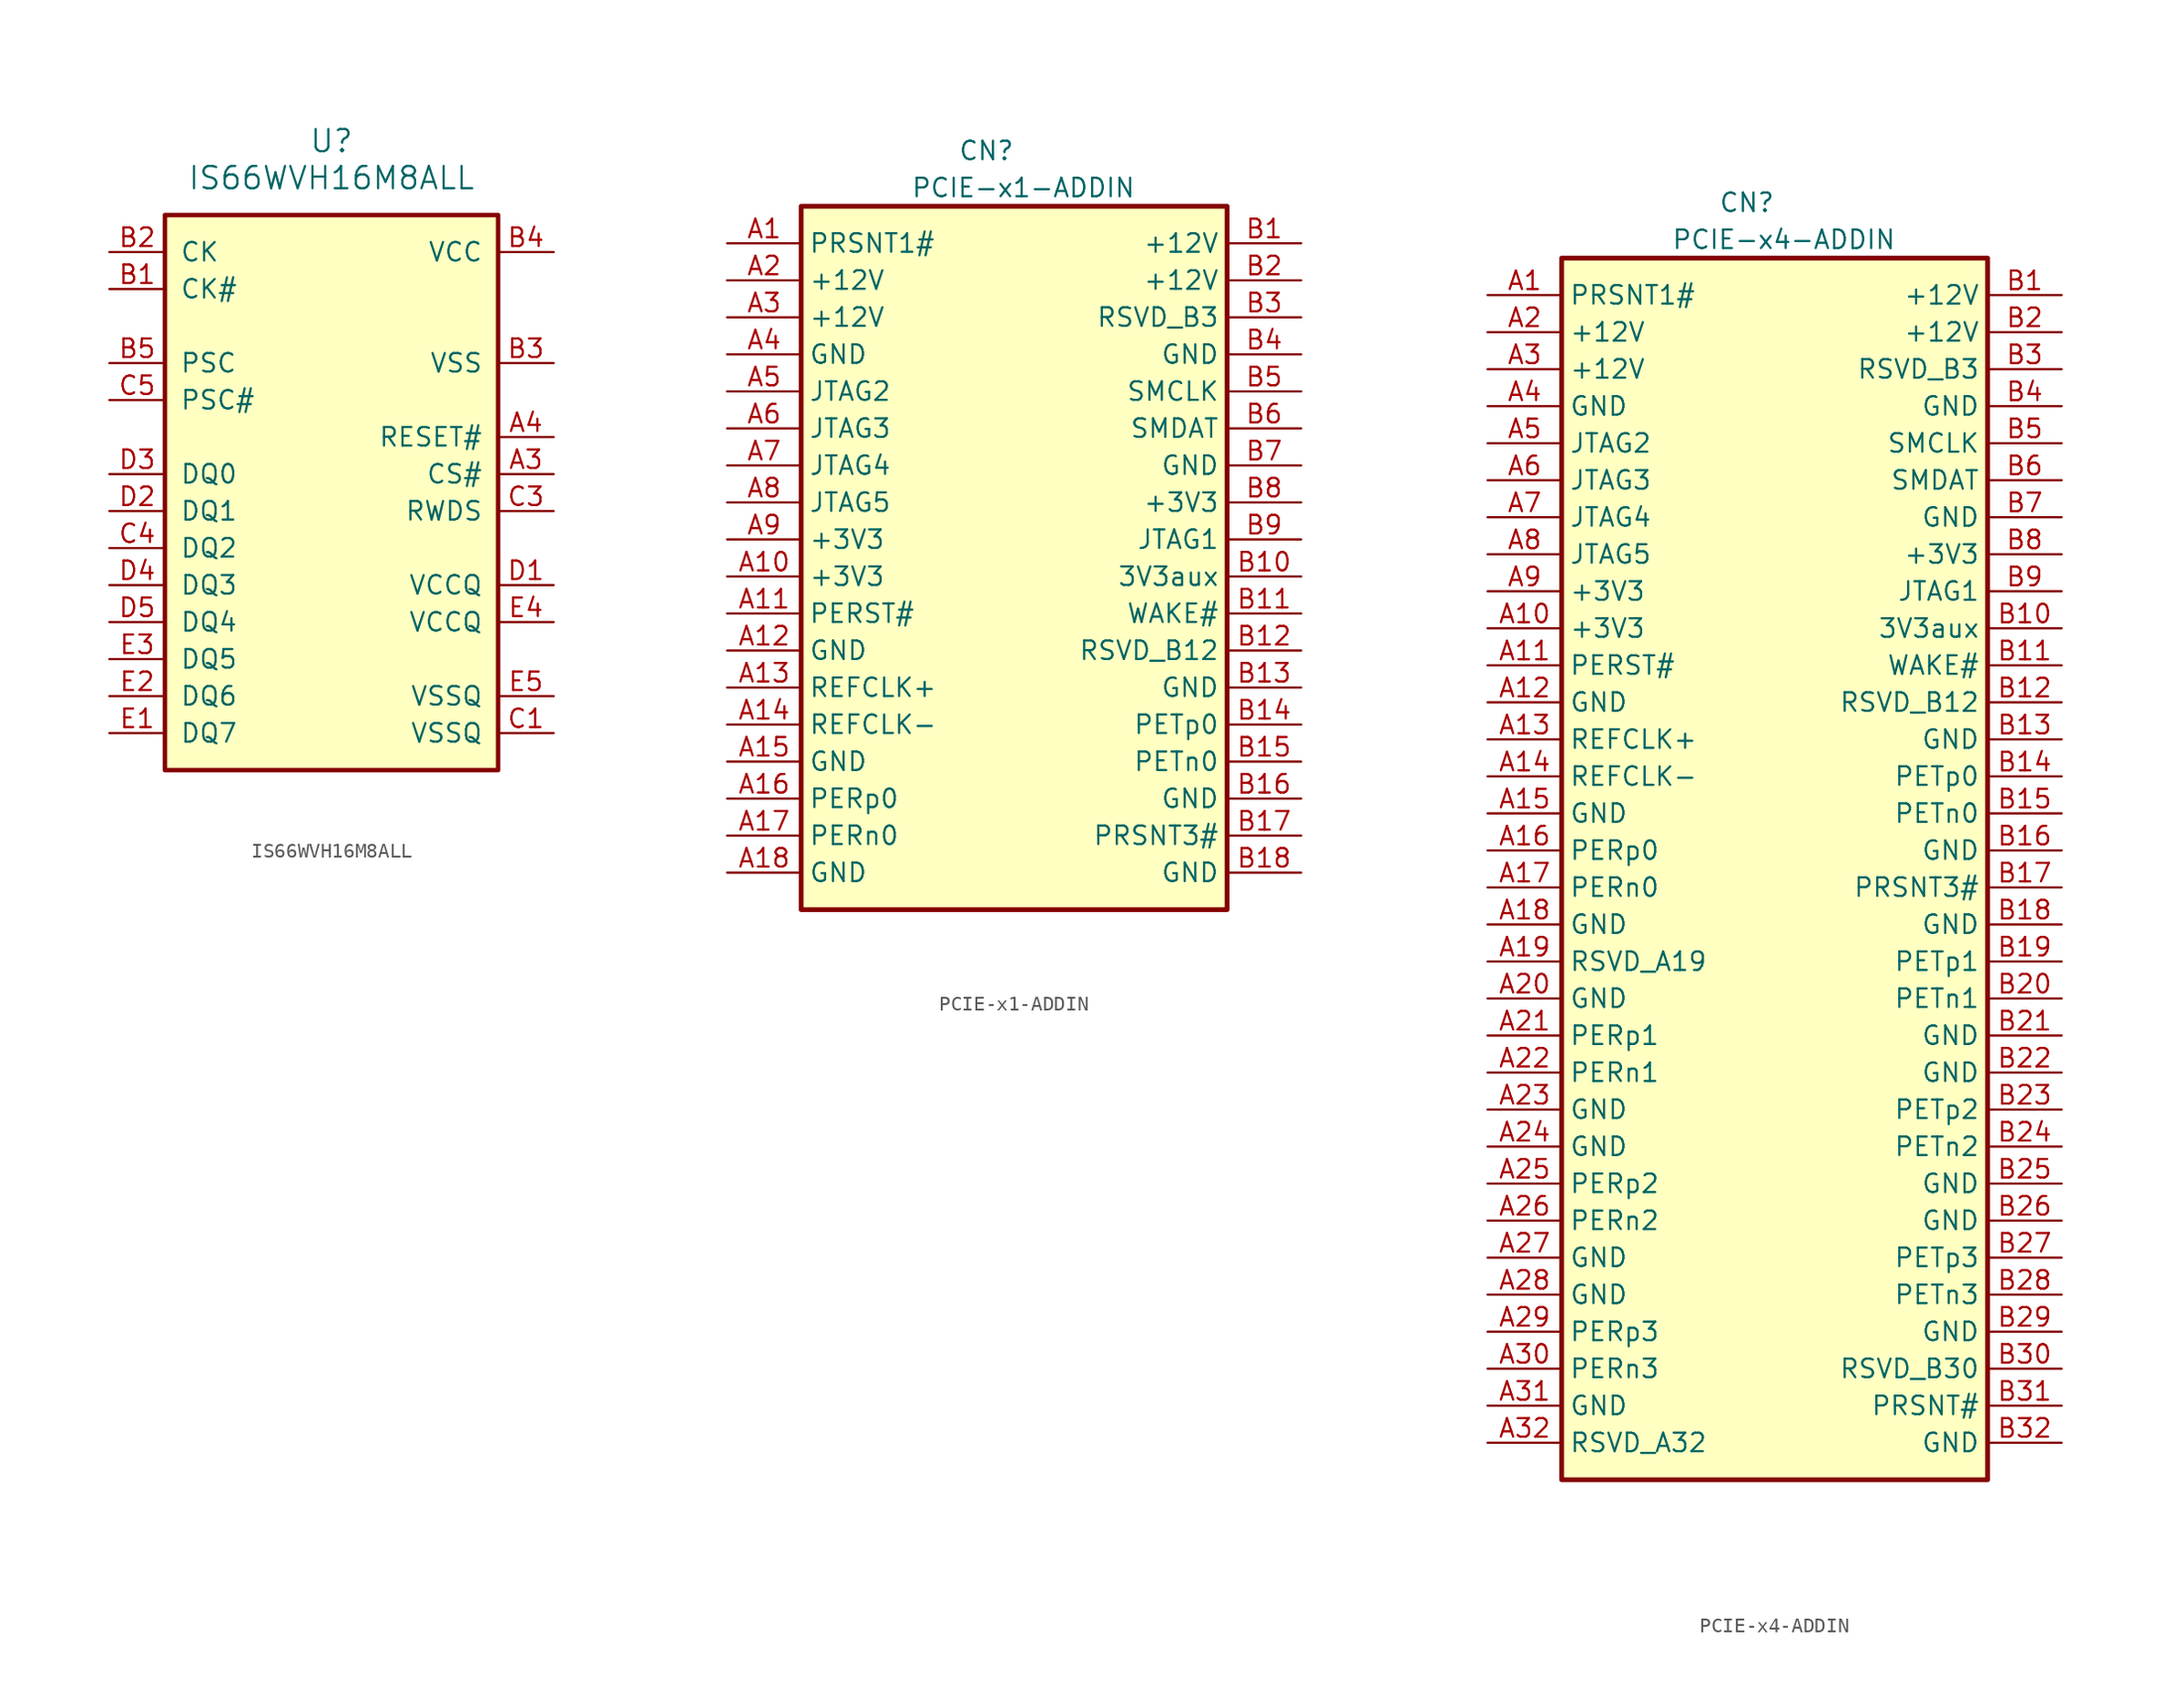
<source format=kicad_sym>
(kicad_symbol_lib
  (version 20201005)
  (generator kicad_symbol_editor)
  (symbol "gsd-kicad:IS66WVH16M8ALL"
    (pin_names
      (offset 1.016))
    (property "Reference" "U"
      (at 0 24.13 0)
      (effects (font (size 1.524 1.524))))
    (property "Value" "IS66WVH16M8ALL"
      (at 0 21.59 0)
      (effects (font (size 1.524 1.524))))
    (symbol "IS66WVH16M8ALL_1_0"
      (rectangle (start -11.43 19.05) (end 11.43 -19.05) (stroke (width 0.305)) (fill (type background))))
    (symbol "IS66WVH16M8ALL_1_1"
      (pin input line (at 15.24 1.27 180) (length 3.81) (name "CS#" (effects (font (size 1.27 1.27)))) (number "A3" (effects (font (size 1.27 1.27)))))
      (pin input line (at 15.24 3.81 180) (length 3.81) (name "RESET#" (effects (font (size 1.27 1.27)))) (number "A4" (effects (font (size 1.27 1.27)))))
      (pin input line (at -15.24 13.97 0) (length 3.81) (name "CK#" (effects (font (size 1.27 1.27)))) (number "B1" (effects (font (size 1.27 1.27)))))
      (pin input line (at -15.24 16.51 0) (length 3.81) (name "CK" (effects (font (size 1.27 1.27)))) (number "B2" (effects (font (size 1.27 1.27)))))
      (pin input line (at 15.24 8.89 180) (length 3.81) (name "VSS" (effects (font (size 1.27 1.27)))) (number "B3" (effects (font (size 1.27 1.27)))))
      (pin input line (at 15.24 16.51 180) (length 3.81) (name "VCC" (effects (font (size 1.27 1.27)))) (number "B4" (effects (font (size 1.27 1.27)))))
      (pin input line (at -15.24 8.89 0) (length 3.81) (name "PSC" (effects (font (size 1.27 1.27)))) (number "B5" (effects (font (size 1.27 1.27)))))
      (pin input line (at 15.24 -16.51 180) (length 3.81) (name "VSSQ" (effects (font (size 1.27 1.27)))) (number "C1" (effects (font (size 1.27 1.27)))))
      (pin input line (at 15.24 -1.27 180) (length 3.81) (name "RWDS" (effects (font (size 1.27 1.27)))) (number "C3" (effects (font (size 1.27 1.27)))))
      (pin input line (at -15.24 -3.81 0) (length 3.81) (name "DQ2" (effects (font (size 1.27 1.27)))) (number "C4" (effects (font (size 1.27 1.27)))))
      (pin input line (at -15.24 6.35 0) (length 3.81) (name "PSC#" (effects (font (size 1.27 1.27)))) (number "C5" (effects (font (size 1.27 1.27)))))
      (pin input line (at 15.24 -6.35 180) (length 3.81) (name "VCCQ" (effects (font (size 1.27 1.27)))) (number "D1" (effects (font (size 1.27 1.27)))))
      (pin input line (at -15.24 -1.27 0) (length 3.81) (name "DQ1" (effects (font (size 1.27 1.27)))) (number "D2" (effects (font (size 1.27 1.27)))))
      (pin input line (at -15.24 1.27 0) (length 3.81) (name "DQ0" (effects (font (size 1.27 1.27)))) (number "D3" (effects (font (size 1.27 1.27)))))
      (pin input line (at -15.24 -6.35 0) (length 3.81) (name "DQ3" (effects (font (size 1.27 1.27)))) (number "D4" (effects (font (size 1.27 1.27)))))
      (pin input line (at -15.24 -8.89 0) (length 3.81) (name "DQ4" (effects (font (size 1.27 1.27)))) (number "D5" (effects (font (size 1.27 1.27)))))
      (pin input line (at -15.24 -16.51 0) (length 3.81) (name "DQ7" (effects (font (size 1.27 1.27)))) (number "E1" (effects (font (size 1.27 1.27)))))
      (pin input line (at -15.24 -13.97 0) (length 3.81) (name "DQ6" (effects (font (size 1.27 1.27)))) (number "E2" (effects (font (size 1.27 1.27)))))
      (pin input line (at -15.24 -11.43 0) (length 3.81) (name "DQ5" (effects (font (size 1.27 1.27)))) (number "E3" (effects (font (size 1.27 1.27)))))
      (pin input line (at 15.24 -8.89 180) (length 3.81) (name "VCCQ" (effects (font (size 1.27 1.27)))) (number "E4" (effects (font (size 1.27 1.27)))))
      (pin input line (at 15.24 -13.97 180) (length 3.81) (name "VSSQ" (effects (font (size 1.27 1.27)))) (number "E5" (effects (font (size 1.27 1.27)))))))
  (symbol "gsd-kicad:PCIE-x1-ADDIN"
    (property "Reference" "CN"
      (at 17.78 6.35 0)
      (effects (font (size 1.27 1.27))))
    (property "Value" "PCIE-x1-ADDIN"
      (at 20.32 3.81 0)
      (effects (font (size 1.27 1.27))))
    (symbol "PCIE-x1-ADDIN_0_1"
      (rectangle (start 5.08 2.54) (end 34.29 -45.72) (stroke (width 0.33)) (fill (type background))))
    (symbol "PCIE-x1-ADDIN_1_1"
      (pin input line (at 0 0 0) (length 5.08) (name "PRSNT1#" (effects (font (size 1.27 1.27)))) (number "A1" (effects (font (size 1.27 1.27)))))
      (pin input line (at 0 -2.54 0) (length 5.08) (name "+12V" (effects (font (size 1.27 1.27)))) (number "A2" (effects (font (size 1.27 1.27)))))
      (pin input line (at 0 -5.08 0) (length 5.08) (name "+12V" (effects (font (size 1.27 1.27)))) (number "A3" (effects (font (size 1.27 1.27)))))
      (pin input line (at 0 -7.62 0) (length 5.08) (name "GND" (effects (font (size 1.27 1.27)))) (number "A4" (effects (font (size 1.27 1.27)))))
      (pin input line (at 0 -10.16 0) (length 5.08) (name "JTAG2" (effects (font (size 1.27 1.27)))) (number "A5" (effects (font (size 1.27 1.27)))))
      (pin input line (at 0 -12.7 0) (length 5.08) (name "JTAG3" (effects (font (size 1.27 1.27)))) (number "A6" (effects (font (size 1.27 1.27)))))
      (pin input line (at 0 -15.24 0) (length 5.08) (name "JTAG4" (effects (font (size 1.27 1.27)))) (number "A7" (effects (font (size 1.27 1.27)))))
      (pin input line (at 0 -17.78 0) (length 5.08) (name "JTAG5" (effects (font (size 1.27 1.27)))) (number "A8" (effects (font (size 1.27 1.27)))))
      (pin input line (at 0 -20.32 0) (length 5.08) (name "+3V3" (effects (font (size 1.27 1.27)))) (number "A9" (effects (font (size 1.27 1.27)))))
      (pin input line (at 0 -22.86 0) (length 5.08) (name "+3V3" (effects (font (size 1.27 1.27)))) (number "A10" (effects (font (size 1.27 1.27)))))
      (pin input line (at 0 -25.4 0) (length 5.08) (name "PERST#" (effects (font (size 1.27 1.27)))) (number "A11" (effects (font (size 1.27 1.27)))))
      (pin input line (at 0 -27.94 0) (length 5.08) (name "GND" (effects (font (size 1.27 1.27)))) (number "A12" (effects (font (size 1.27 1.27)))))
      (pin input line (at 0 -30.48 0) (length 5.08) (name "REFCLK+" (effects (font (size 1.27 1.27)))) (number "A13" (effects (font (size 1.27 1.27)))))
      (pin input line (at 0 -33.02 0) (length 5.08) (name "REFCLK-" (effects (font (size 1.27 1.27)))) (number "A14" (effects (font (size 1.27 1.27)))))
      (pin input line (at 0 -35.56 0) (length 5.08) (name "GND" (effects (font (size 1.27 1.27)))) (number "A15" (effects (font (size 1.27 1.27)))))
      (pin input line (at 0 -38.1 0) (length 5.08) (name "PERp0" (effects (font (size 1.27 1.27)))) (number "A16" (effects (font (size 1.27 1.27)))))
      (pin input line (at 0 -40.64 0) (length 5.08) (name "PERn0" (effects (font (size 1.27 1.27)))) (number "A17" (effects (font (size 1.27 1.27)))))
      (pin input line (at 0 -43.18 0) (length 5.08) (name "GND" (effects (font (size 1.27 1.27)))) (number "A18" (effects (font (size 1.27 1.27)))))
      (pin input line (at 39.37 -22.86 180) (length 5.08) (name "3V3aux" (effects (font (size 1.27 1.27)))) (number "B10" (effects (font (size 1.27 1.27)))))
      (pin input line (at 39.37 -12.7 180) (length 5.08) (name "SMDAT" (effects (font (size 1.27 1.27)))) (number "B6" (effects (font (size 1.27 1.27)))))
      (pin input line (at 39.37 -30.48 180) (length 5.08) (name "GND" (effects (font (size 1.27 1.27)))) (number "B13" (effects (font (size 1.27 1.27)))))
      (pin input line (at 39.37 -27.94 180) (length 5.08) (name "RSVD_B12" (effects (font (size 1.27 1.27)))) (number "B12" (effects (font (size 1.27 1.27)))))
      (pin input line (at 39.37 -7.62 180) (length 5.08) (name "GND" (effects (font (size 1.27 1.27)))) (number "B4" (effects (font (size 1.27 1.27)))))
      (pin input line (at 39.37 -20.32 180) (length 5.08) (name "JTAG1" (effects (font (size 1.27 1.27)))) (number "B9" (effects (font (size 1.27 1.27)))))
      (pin input line (at 39.37 -43.18 180) (length 5.08) (name "GND" (effects (font (size 1.27 1.27)))) (number "B18" (effects (font (size 1.27 1.27)))))
      (pin input line (at 39.37 -2.54 180) (length 5.08) (name "+12V" (effects (font (size 1.27 1.27)))) (number "B2" (effects (font (size 1.27 1.27)))))
      (pin input line (at 39.37 -25.4 180) (length 5.08) (name "WAKE#" (effects (font (size 1.27 1.27)))) (number "B11" (effects (font (size 1.27 1.27)))))
      (pin input line (at 39.37 -35.56 180) (length 5.08) (name "PETn0" (effects (font (size 1.27 1.27)))) (number "B15" (effects (font (size 1.27 1.27)))))
      (pin input line (at 39.37 -33.02 180) (length 5.08) (name "PETp0" (effects (font (size 1.27 1.27)))) (number "B14" (effects (font (size 1.27 1.27)))))
      (pin input line (at 39.37 -40.64 180) (length 5.08) (name "PRSNT3#" (effects (font (size 1.27 1.27)))) (number "B17" (effects (font (size 1.27 1.27)))))
      (pin input line (at 39.37 -10.16 180) (length 5.08) (name "SMCLK" (effects (font (size 1.27 1.27)))) (number "B5" (effects (font (size 1.27 1.27)))))
      (pin input line (at 39.37 -15.24 180) (length 5.08) (name "GND" (effects (font (size 1.27 1.27)))) (number "B7" (effects (font (size 1.27 1.27)))))
      (pin input line (at 39.37 -38.1 180) (length 5.08) (name "GND" (effects (font (size 1.27 1.27)))) (number "B16" (effects (font (size 1.27 1.27)))))
      (pin input line (at 39.37 0 180) (length 5.08) (name "+12V" (effects (font (size 1.27 1.27)))) (number "B1" (effects (font (size 1.27 1.27)))))
      (pin input line (at 39.37 -17.78 180) (length 5.08) (name "+3V3" (effects (font (size 1.27 1.27)))) (number "B8" (effects (font (size 1.27 1.27)))))
      (pin input line (at 39.37 -5.08 180) (length 5.08) (name "RSVD_B3" (effects (font (size 1.27 1.27)))) (number "B3" (effects (font (size 1.27 1.27)))))))
  (symbol "gsd-kicad:PCIE-x4-ADDIN"
    (property "Reference" "CN"
      (at 17.78 6.35 0)
      (effects (font (size 1.27 1.27))))
    (property "Value" "PCIE-x4-ADDIN"
      (at 20.32 3.81 0)
      (effects (font (size 1.27 1.27))))
    (symbol "PCIE-x4-ADDIN_0_1"
      (rectangle (start 5.08 2.54) (end 34.29 -81.28) (stroke (width 0.33)) (fill (type background))))
    (symbol "PCIE-x4-ADDIN_1_1"
      (pin input line (at 0 0 0) (length 5.08) (name "PRSNT1#" (effects (font (size 1.27 1.27)))) (number "A1" (effects (font (size 1.27 1.27)))))
      (pin input line (at 0 -2.54 0) (length 5.08) (name "+12V" (effects (font (size 1.27 1.27)))) (number "A2" (effects (font (size 1.27 1.27)))))
      (pin input line (at 0 -5.08 0) (length 5.08) (name "+12V" (effects (font (size 1.27 1.27)))) (number "A3" (effects (font (size 1.27 1.27)))))
      (pin input line (at 0 -7.62 0) (length 5.08) (name "GND" (effects (font (size 1.27 1.27)))) (number "A4" (effects (font (size 1.27 1.27)))))
      (pin input line (at 0 -10.16 0) (length 5.08) (name "JTAG2" (effects (font (size 1.27 1.27)))) (number "A5" (effects (font (size 1.27 1.27)))))
      (pin input line (at 0 -12.7 0) (length 5.08) (name "JTAG3" (effects (font (size 1.27 1.27)))) (number "A6" (effects (font (size 1.27 1.27)))))
      (pin input line (at 0 -15.24 0) (length 5.08) (name "JTAG4" (effects (font (size 1.27 1.27)))) (number "A7" (effects (font (size 1.27 1.27)))))
      (pin input line (at 0 -17.78 0) (length 5.08) (name "JTAG5" (effects (font (size 1.27 1.27)))) (number "A8" (effects (font (size 1.27 1.27)))))
      (pin input line (at 0 -20.32 0) (length 5.08) (name "+3V3" (effects (font (size 1.27 1.27)))) (number "A9" (effects (font (size 1.27 1.27)))))
      (pin input line (at 0 -22.86 0) (length 5.08) (name "+3V3" (effects (font (size 1.27 1.27)))) (number "A10" (effects (font (size 1.27 1.27)))))
      (pin input line (at 0 -25.4 0) (length 5.08) (name "PERST#" (effects (font (size 1.27 1.27)))) (number "A11" (effects (font (size 1.27 1.27)))))
      (pin input line (at 0 -27.94 0) (length 5.08) (name "GND" (effects (font (size 1.27 1.27)))) (number "A12" (effects (font (size 1.27 1.27)))))
      (pin input line (at 0 -30.48 0) (length 5.08) (name "REFCLK+" (effects (font (size 1.27 1.27)))) (number "A13" (effects (font (size 1.27 1.27)))))
      (pin input line (at 0 -33.02 0) (length 5.08) (name "REFCLK-" (effects (font (size 1.27 1.27)))) (number "A14" (effects (font (size 1.27 1.27)))))
      (pin input line (at 0 -35.56 0) (length 5.08) (name "GND" (effects (font (size 1.27 1.27)))) (number "A15" (effects (font (size 1.27 1.27)))))
      (pin input line (at 0 -38.1 0) (length 5.08) (name "PERp0" (effects (font (size 1.27 1.27)))) (number "A16" (effects (font (size 1.27 1.27)))))
      (pin input line (at 0 -40.64 0) (length 5.08) (name "PERn0" (effects (font (size 1.27 1.27)))) (number "A17" (effects (font (size 1.27 1.27)))))
      (pin input line (at 0 -43.18 0) (length 5.08) (name "GND" (effects (font (size 1.27 1.27)))) (number "A18" (effects (font (size 1.27 1.27)))))
      (pin input line (at 0 -45.72 0) (length 5.08) (name "RSVD_A19" (effects (font (size 1.27 1.27)))) (number "A19" (effects (font (size 1.27 1.27)))))
      (pin input line (at 0 -48.26 0) (length 5.08) (name "GND" (effects (font (size 1.27 1.27)))) (number "A20" (effects (font (size 1.27 1.27)))))
      (pin input line (at 0 -50.8 0) (length 5.08) (name "PERp1" (effects (font (size 1.27 1.27)))) (number "A21" (effects (font (size 1.27 1.27)))))
      (pin input line (at 0 -53.34 0) (length 5.08) (name "PERn1" (effects (font (size 1.27 1.27)))) (number "A22" (effects (font (size 1.27 1.27)))))
      (pin input line (at 0 -55.88 0) (length 5.08) (name "GND" (effects (font (size 1.27 1.27)))) (number "A23" (effects (font (size 1.27 1.27)))))
      (pin input line (at 0 -58.42 0) (length 5.08) (name "GND" (effects (font (size 1.27 1.27)))) (number "A24" (effects (font (size 1.27 1.27)))))
      (pin input line (at 0 -60.96 0) (length 5.08) (name "PERp2" (effects (font (size 1.27 1.27)))) (number "A25" (effects (font (size 1.27 1.27)))))
      (pin input line (at 0 -63.5 0) (length 5.08) (name "PERn2" (effects (font (size 1.27 1.27)))) (number "A26" (effects (font (size 1.27 1.27)))))
      (pin input line (at 0 -66.04 0) (length 5.08) (name "GND" (effects (font (size 1.27 1.27)))) (number "A27" (effects (font (size 1.27 1.27)))))
      (pin input line (at 0 -68.58 0) (length 5.08) (name "GND" (effects (font (size 1.27 1.27)))) (number "A28" (effects (font (size 1.27 1.27)))))
      (pin input line (at 0 -71.12 0) (length 5.08) (name "PERp3" (effects (font (size 1.27 1.27)))) (number "A29" (effects (font (size 1.27 1.27)))))
      (pin input line (at 0 -73.66 0) (length 5.08) (name "PERn3" (effects (font (size 1.27 1.27)))) (number "A30" (effects (font (size 1.27 1.27)))))
      (pin input line (at 0 -76.2 0) (length 5.08) (name "GND" (effects (font (size 1.27 1.27)))) (number "A31" (effects (font (size 1.27 1.27)))))
      (pin input line (at 0 -78.74 0) (length 5.08) (name "RSVD_A32" (effects (font (size 1.27 1.27)))) (number "A32" (effects (font (size 1.27 1.27)))))
      (pin input line (at 39.37 -22.86 180) (length 5.08) (name "3V3aux" (effects (font (size 1.27 1.27)))) (number "B10" (effects (font (size 1.27 1.27)))))
      (pin input line (at 39.37 -12.7 180) (length 5.08) (name "SMDAT" (effects (font (size 1.27 1.27)))) (number "B6" (effects (font (size 1.27 1.27)))))
      (pin input line (at 39.37 -60.96 180) (length 5.08) (name "GND" (effects (font (size 1.27 1.27)))) (number "B25" (effects (font (size 1.27 1.27)))))
      (pin input line (at 39.37 -30.48 180) (length 5.08) (name "GND" (effects (font (size 1.27 1.27)))) (number "B13" (effects (font (size 1.27 1.27)))))
      (pin input line (at 39.37 -27.94 180) (length 5.08) (name "RSVD_B12" (effects (font (size 1.27 1.27)))) (number "B12" (effects (font (size 1.27 1.27)))))
      (pin input line (at 39.37 -7.62 180) (length 5.08) (name "GND" (effects (font (size 1.27 1.27)))) (number "B4" (effects (font (size 1.27 1.27)))))
      (pin input line (at 39.37 -68.58 180) (length 5.08) (name "PETn3" (effects (font (size 1.27 1.27)))) (number "B28" (effects (font (size 1.27 1.27)))))
      (pin input line (at 39.37 -55.88 180) (length 5.08) (name "PETp2" (effects (font (size 1.27 1.27)))) (number "B23" (effects (font (size 1.27 1.27)))))
      (pin input line (at 39.37 -20.32 180) (length 5.08) (name "JTAG1" (effects (font (size 1.27 1.27)))) (number "B9" (effects (font (size 1.27 1.27)))))
      (pin input line (at 39.37 -43.18 180) (length 5.08) (name "GND" (effects (font (size 1.27 1.27)))) (number "B18" (effects (font (size 1.27 1.27)))))
      (pin input line (at 39.37 -73.66 180) (length 5.08) (name "RSVD_B30" (effects (font (size 1.27 1.27)))) (number "B30" (effects (font (size 1.27 1.27)))))
      (pin input line (at 39.37 -63.5 180) (length 5.08) (name "GND" (effects (font (size 1.27 1.27)))) (number "B26" (effects (font (size 1.27 1.27)))))
      (pin input line (at 39.37 -48.26 180) (length 5.08) (name "PETn1" (effects (font (size 1.27 1.27)))) (number "B20" (effects (font (size 1.27 1.27)))))
      (pin input line (at 39.37 -2.54 180) (length 5.08) (name "+12V" (effects (font (size 1.27 1.27)))) (number "B2" (effects (font (size 1.27 1.27)))))
      (pin input line (at 39.37 -78.74 180) (length 5.08) (name "GND" (effects (font (size 1.27 1.27)))) (number "B32" (effects (font (size 1.27 1.27)))))
      (pin input line (at 39.37 -25.4 180) (length 5.08) (name "WAKE#" (effects (font (size 1.27 1.27)))) (number "B11" (effects (font (size 1.27 1.27)))))
      (pin input line (at 39.37 -76.2 180) (length 5.08) (name "PRSNT#" (effects (font (size 1.27 1.27)))) (number "B31" (effects (font (size 1.27 1.27)))))
      (pin input line (at 39.37 -58.42 180) (length 5.08) (name "PETn2" (effects (font (size 1.27 1.27)))) (number "B24" (effects (font (size 1.27 1.27)))))
      (pin input line (at 39.37 -35.56 180) (length 5.08) (name "PETn0" (effects (font (size 1.27 1.27)))) (number "B15" (effects (font (size 1.27 1.27)))))
      (pin input line (at 39.37 -33.02 180) (length 5.08) (name "PETp0" (effects (font (size 1.27 1.27)))) (number "B14" (effects (font (size 1.27 1.27)))))
      (pin input line (at 39.37 -50.8 180) (length 5.08) (name "GND" (effects (font (size 1.27 1.27)))) (number "B21" (effects (font (size 1.27 1.27)))))
      (pin input line (at 39.37 -40.64 180) (length 5.08) (name "PRSNT3#" (effects (font (size 1.27 1.27)))) (number "B17" (effects (font (size 1.27 1.27)))))
      (pin input line (at 39.37 -66.04 180) (length 5.08) (name "PETp3" (effects (font (size 1.27 1.27)))) (number "B27" (effects (font (size 1.27 1.27)))))
      (pin input line (at 39.37 -10.16 180) (length 5.08) (name "SMCLK" (effects (font (size 1.27 1.27)))) (number "B5" (effects (font (size 1.27 1.27)))))
      (pin input line (at 39.37 -15.24 180) (length 5.08) (name "GND" (effects (font (size 1.27 1.27)))) (number "B7" (effects (font (size 1.27 1.27)))))
      (pin input line (at 39.37 -71.12 180) (length 5.08) (name "GND" (effects (font (size 1.27 1.27)))) (number "B29" (effects (font (size 1.27 1.27)))))
      (pin input line (at 39.37 -53.34 180) (length 5.08) (name "GND" (effects (font (size 1.27 1.27)))) (number "B22" (effects (font (size 1.27 1.27)))))
      (pin input line (at 39.37 -45.72 180) (length 5.08) (name "PETp1" (effects (font (size 1.27 1.27)))) (number "B19" (effects (font (size 1.27 1.27)))))
      (pin input line (at 39.37 -38.1 180) (length 5.08) (name "GND" (effects (font (size 1.27 1.27)))) (number "B16" (effects (font (size 1.27 1.27)))))
      (pin input line (at 39.37 0 180) (length 5.08) (name "+12V" (effects (font (size 1.27 1.27)))) (number "B1" (effects (font (size 1.27 1.27)))))
      (pin input line (at 39.37 -17.78 180) (length 5.08) (name "+3V3" (effects (font (size 1.27 1.27)))) (number "B8" (effects (font (size 1.27 1.27)))))
      (pin input line (at 39.37 -5.08 180) (length 5.08) (name "RSVD_B3" (effects (font (size 1.27 1.27)))) (number "B3" (effects (font (size 1.27 1.27))))))))
</source>
